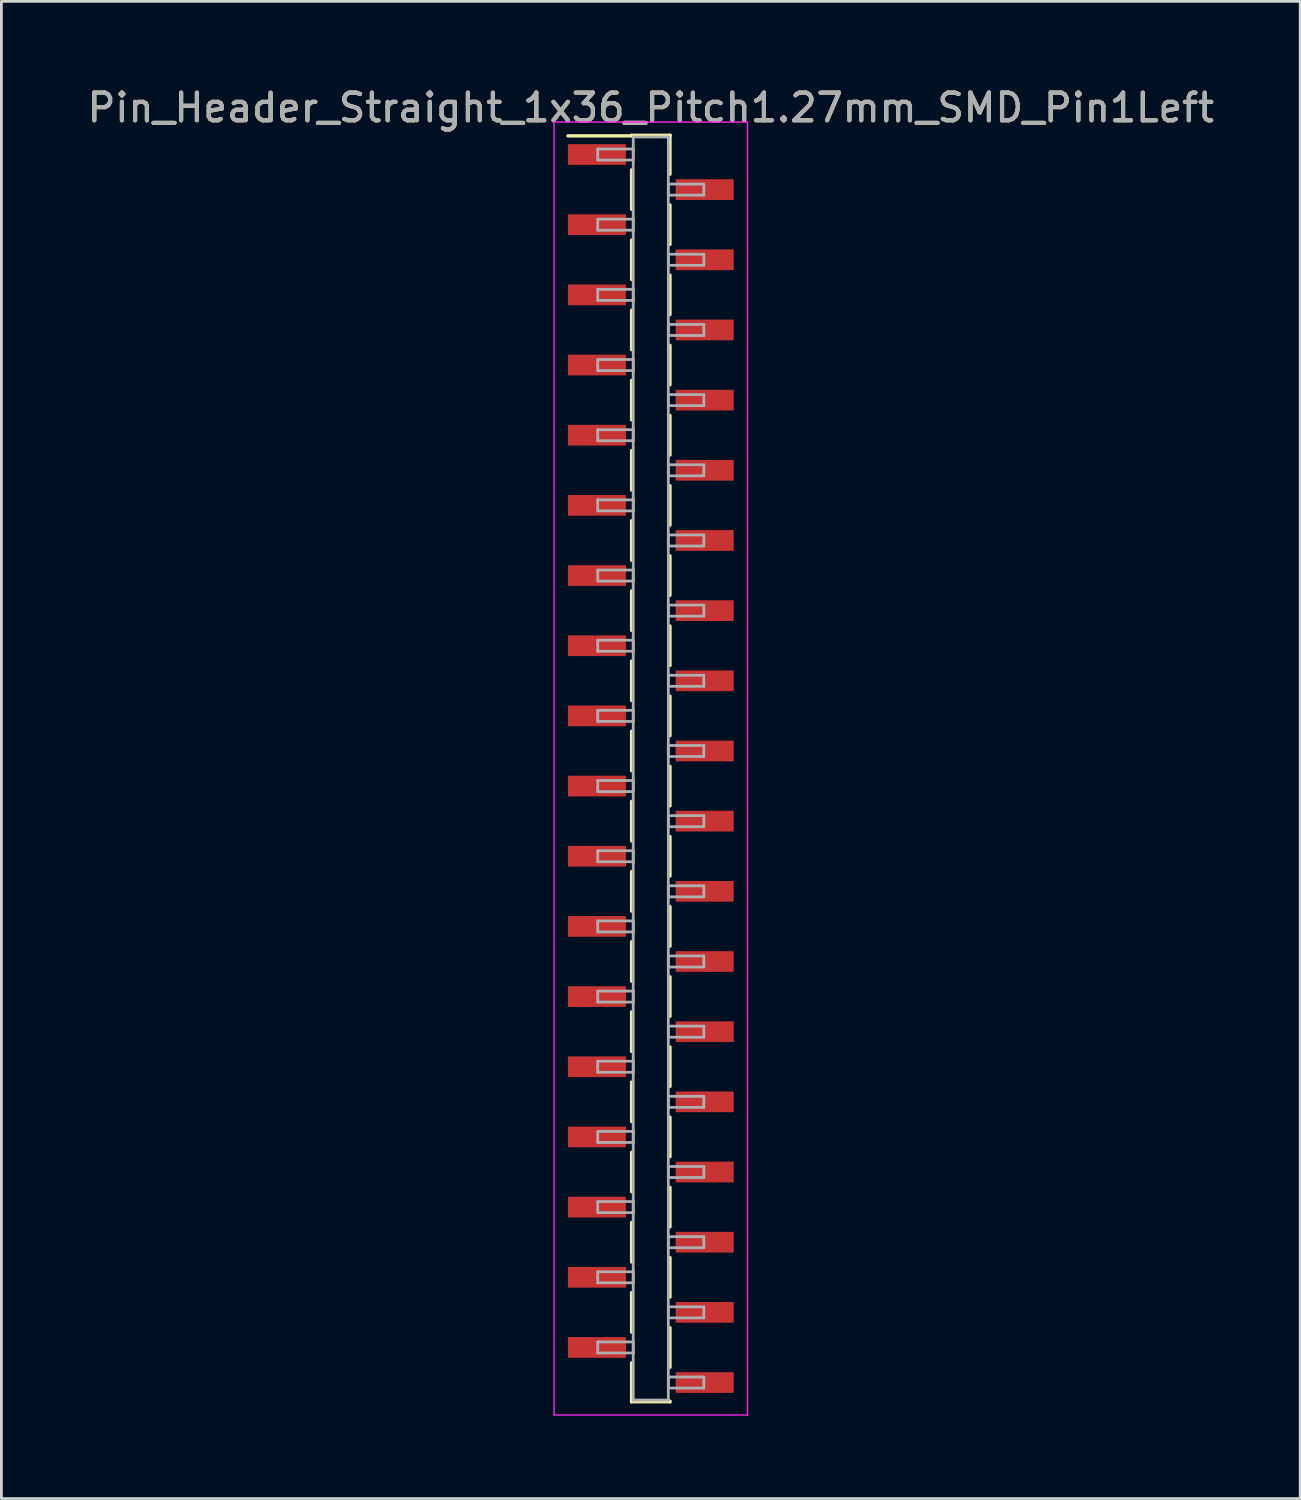
<source format=kicad_pcb>
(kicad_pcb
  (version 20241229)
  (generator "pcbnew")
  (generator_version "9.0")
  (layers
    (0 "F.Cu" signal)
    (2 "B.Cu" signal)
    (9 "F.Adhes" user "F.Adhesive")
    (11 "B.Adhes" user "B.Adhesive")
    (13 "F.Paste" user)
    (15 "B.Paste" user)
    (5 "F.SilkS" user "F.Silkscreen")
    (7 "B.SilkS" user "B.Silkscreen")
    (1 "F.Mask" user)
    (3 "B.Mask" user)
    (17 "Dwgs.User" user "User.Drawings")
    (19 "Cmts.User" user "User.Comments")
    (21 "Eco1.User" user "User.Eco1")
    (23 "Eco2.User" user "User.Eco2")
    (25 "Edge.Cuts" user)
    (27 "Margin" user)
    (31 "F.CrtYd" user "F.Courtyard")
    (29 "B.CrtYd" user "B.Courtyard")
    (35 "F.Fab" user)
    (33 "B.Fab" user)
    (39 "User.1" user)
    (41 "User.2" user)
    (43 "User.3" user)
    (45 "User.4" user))
  (footprint "Pin_Header_Straight_1x36_Pitch1.27mm_SMD_Pin1Left"
    (layer "F.Cu")
    (at 20.506 24.768)
    (property "Reference" "Pin_Header_Straight_1x36_Pitch1.27mm_SMD_Pin1Left" (at 0 -23.92 0) (layer "F.SilkS") (effects (font (size 1 1) (thickness 0.15))))
    (attr smd)
    (fp_line (start -0.695 -22.92) (end 0.695 -22.92) (stroke (width 0.12) (type solid)) (layer "F.SilkS"))
    (fp_line (start -0.695 -22.9) (end -3 -22.9) (stroke (width 0.12) (type solid)) (layer "F.SilkS"))
    (fp_line (start -0.695 -22.9) (end -0.695 -22.92) (stroke (width 0.12) (type solid)) (layer "F.SilkS"))
    (fp_line (start -0.695 -21.67) (end -0.695 -20.24) (stroke (width 0.12) (type solid)) (layer "F.SilkS"))
    (fp_line (start -0.695 -19.13) (end -0.695 -17.7) (stroke (width 0.12) (type solid)) (layer "F.SilkS"))
    (fp_line (start -0.695 -16.59) (end -0.695 -15.16) (stroke (width 0.12) (type solid)) (layer "F.SilkS"))
    (fp_line (start -0.695 -14.05) (end -0.695 -12.62) (stroke (width 0.12) (type solid)) (layer "F.SilkS"))
    (fp_line (start -0.695 -11.51) (end -0.695 -10.08) (stroke (width 0.12) (type solid)) (layer "F.SilkS"))
    (fp_line (start -0.695 -8.97) (end -0.695 -7.54) (stroke (width 0.12) (type solid)) (layer "F.SilkS"))
    (fp_line (start -0.695 -6.43) (end -0.695 -5) (stroke (width 0.12) (type solid)) (layer "F.SilkS"))
    (fp_line (start -0.695 -3.89) (end -0.695 -2.46) (stroke (width 0.12) (type solid)) (layer "F.SilkS"))
    (fp_line (start -0.695 -1.35) (end -0.695 0.08) (stroke (width 0.12) (type solid)) (layer "F.SilkS"))
    (fp_line (start -0.695 1.19) (end -0.695 2.62) (stroke (width 0.12) (type solid)) (layer "F.SilkS"))
    (fp_line (start -0.695 3.73) (end -0.695 5.16) (stroke (width 0.12) (type solid)) (layer "F.SilkS"))
    (fp_line (start -0.695 6.27) (end -0.695 7.7) (stroke (width 0.12) (type solid)) (layer "F.SilkS"))
    (fp_line (start -0.695 8.81) (end -0.695 10.24) (stroke (width 0.12) (type solid)) (layer "F.SilkS"))
    (fp_line (start -0.695 11.35) (end -0.695 12.78) (stroke (width 0.12) (type solid)) (layer "F.SilkS"))
    (fp_line (start -0.695 13.89) (end -0.695 15.32) (stroke (width 0.12) (type solid)) (layer "F.SilkS"))
    (fp_line (start -0.695 16.43) (end -0.695 17.86) (stroke (width 0.12) (type solid)) (layer "F.SilkS"))
    (fp_line (start -0.695 18.97) (end -0.695 20.4) (stroke (width 0.12) (type solid)) (layer "F.SilkS"))
    (fp_line (start -0.695 21.51) (end -0.695 22.92) (stroke (width 0.12) (type solid)) (layer "F.SilkS"))
    (fp_line (start -0.695 22.9) (end -0.695 22.92) (stroke (width 0.12) (type solid)) (layer "F.SilkS"))
    (fp_line (start -0.695 22.92) (end 0.695 22.92) (stroke (width 0.12) (type solid)) (layer "F.SilkS"))
    (fp_line (start 0.695 -22.92) (end 0.695 -22.9) (stroke (width 0.12) (type solid)) (layer "F.SilkS"))
    (fp_line (start 0.695 -22.92) (end 0.695 -21.51) (stroke (width 0.12) (type solid)) (layer "F.SilkS"))
    (fp_line (start 0.695 -20.4) (end 0.695 -18.97) (stroke (width 0.12) (type solid)) (layer "F.SilkS"))
    (fp_line (start 0.695 -17.86) (end 0.695 -16.43) (stroke (width 0.12) (type solid)) (layer "F.SilkS"))
    (fp_line (start 0.695 -15.32) (end 0.695 -13.89) (stroke (width 0.12) (type solid)) (layer "F.SilkS"))
    (fp_line (start 0.695 -12.78) (end 0.695 -11.35) (stroke (width 0.12) (type solid)) (layer "F.SilkS"))
    (fp_line (start 0.695 -10.24) (end 0.695 -8.81) (stroke (width 0.12) (type solid)) (layer "F.SilkS"))
    (fp_line (start 0.695 -7.7) (end 0.695 -6.27) (stroke (width 0.12) (type solid)) (layer "F.SilkS"))
    (fp_line (start 0.695 -5.16) (end 0.695 -3.73) (stroke (width 0.12) (type solid)) (layer "F.SilkS"))
    (fp_line (start 0.695 -2.62) (end 0.695 -1.19) (stroke (width 0.12) (type solid)) (layer "F.SilkS"))
    (fp_line (start 0.695 -0.08) (end 0.695 1.35) (stroke (width 0.12) (type solid)) (layer "F.SilkS"))
    (fp_line (start 0.695 2.46) (end 0.695 3.89) (stroke (width 0.12) (type solid)) (layer "F.SilkS"))
    (fp_line (start 0.695 5) (end 0.695 6.43) (stroke (width 0.12) (type solid)) (layer "F.SilkS"))
    (fp_line (start 0.695 7.54) (end 0.695 8.97) (stroke (width 0.12) (type solid)) (layer "F.SilkS"))
    (fp_line (start 0.695 10.08) (end 0.695 11.51) (stroke (width 0.12) (type solid)) (layer "F.SilkS"))
    (fp_line (start 0.695 12.62) (end 0.695 14.05) (stroke (width 0.12) (type solid)) (layer "F.SilkS"))
    (fp_line (start 0.695 15.16) (end 0.695 16.59) (stroke (width 0.12) (type solid)) (layer "F.SilkS"))
    (fp_line (start 0.695 17.7) (end 0.695 19.13) (stroke (width 0.12) (type solid)) (layer "F.SilkS"))
    (fp_line (start 0.695 20.24) (end 0.695 21.67) (stroke (width 0.12) (type solid)) (layer "F.SilkS"))
    (fp_line (start 0.695 22.92) (end 0.695 22.9) (stroke (width 0.12) (type solid)) (layer "F.SilkS"))
    (fp_line (start -3.5 -23.4) (end -3.5 23.4) (stroke (width 0.05) (type solid)) (layer "F.CrtYd"))
    (fp_line (start -3.5 23.4) (end 3.5 23.4) (stroke (width 0.05) (type solid)) (layer "F.CrtYd"))
    (fp_line (start 3.5 -23.4) (end -3.5 -23.4) (stroke (width 0.05) (type solid)) (layer "F.CrtYd"))
    (fp_line (start 3.5 23.4) (end 3.5 -23.4) (stroke (width 0.05) (type solid)) (layer "F.CrtYd"))
    (fp_line (start -1.92 -22.425) (end -0.635 -22.425) (stroke (width 0.1) (type solid)) (layer "F.Fab"))
    (fp_line (start -1.92 -22.025) (end -1.92 -22.425) (stroke (width 0.1) (type solid)) (layer "F.Fab"))
    (fp_line (start -1.92 -19.885) (end -0.635 -19.885) (stroke (width 0.1) (type solid)) (layer "F.Fab"))
    (fp_line (start -1.92 -19.485) (end -1.92 -19.885) (stroke (width 0.1) (type solid)) (layer "F.Fab"))
    (fp_line (start -1.92 -17.345) (end -0.635 -17.345) (stroke (width 0.1) (type solid)) (layer "F.Fab"))
    (fp_line (start -1.92 -16.945) (end -1.92 -17.345) (stroke (width 0.1) (type solid)) (layer "F.Fab"))
    (fp_line (start -1.92 -14.805) (end -0.635 -14.805) (stroke (width 0.1) (type solid)) (layer "F.Fab"))
    (fp_line (start -1.92 -14.405) (end -1.92 -14.805) (stroke (width 0.1) (type solid)) (layer "F.Fab"))
    (fp_line (start -1.92 -12.265) (end -0.635 -12.265) (stroke (width 0.1) (type solid)) (layer "F.Fab"))
    (fp_line (start -1.92 -11.865) (end -1.92 -12.265) (stroke (width 0.1) (type solid)) (layer "F.Fab"))
    (fp_line (start -1.92 -9.725) (end -0.635 -9.725) (stroke (width 0.1) (type solid)) (layer "F.Fab"))
    (fp_line (start -1.92 -9.325) (end -1.92 -9.725) (stroke (width 0.1) (type solid)) (layer "F.Fab"))
    (fp_line (start -1.92 -7.185) (end -0.635 -7.185) (stroke (width 0.1) (type solid)) (layer "F.Fab"))
    (fp_line (start -1.92 -6.785) (end -1.92 -7.185) (stroke (width 0.1) (type solid)) (layer "F.Fab"))
    (fp_line (start -1.92 -4.645) (end -0.635 -4.645) (stroke (width 0.1) (type solid)) (layer "F.Fab"))
    (fp_line (start -1.92 -4.245) (end -1.92 -4.645) (stroke (width 0.1) (type solid)) (layer "F.Fab"))
    (fp_line (start -1.92 -2.105) (end -0.635 -2.105) (stroke (width 0.1) (type solid)) (layer "F.Fab"))
    (fp_line (start -1.92 -1.705) (end -1.92 -2.105) (stroke (width 0.1) (type solid)) (layer "F.Fab"))
    (fp_line (start -1.92 0.435) (end -0.635 0.435) (stroke (width 0.1) (type solid)) (layer "F.Fab"))
    (fp_line (start -1.92 0.835) (end -1.92 0.435) (stroke (width 0.1) (type solid)) (layer "F.Fab"))
    (fp_line (start -1.92 2.975) (end -0.635 2.975) (stroke (width 0.1) (type solid)) (layer "F.Fab"))
    (fp_line (start -1.92 3.375) (end -1.92 2.975) (stroke (width 0.1) (type solid)) (layer "F.Fab"))
    (fp_line (start -1.92 5.515) (end -0.635 5.515) (stroke (width 0.1) (type solid)) (layer "F.Fab"))
    (fp_line (start -1.92 5.915) (end -1.92 5.515) (stroke (width 0.1) (type solid)) (layer "F.Fab"))
    (fp_line (start -1.92 8.055) (end -0.635 8.055) (stroke (width 0.1) (type solid)) (layer "F.Fab"))
    (fp_line (start -1.92 8.455) (end -1.92 8.055) (stroke (width 0.1) (type solid)) (layer "F.Fab"))
    (fp_line (start -1.92 10.595) (end -0.635 10.595) (stroke (width 0.1) (type solid)) (layer "F.Fab"))
    (fp_line (start -1.92 10.995) (end -1.92 10.595) (stroke (width 0.1) (type solid)) (layer "F.Fab"))
    (fp_line (start -1.92 13.135) (end -0.635 13.135) (stroke (width 0.1) (type solid)) (layer "F.Fab"))
    (fp_line (start -1.92 13.535) (end -1.92 13.135) (stroke (width 0.1) (type solid)) (layer "F.Fab"))
    (fp_line (start -1.92 15.675) (end -0.635 15.675) (stroke (width 0.1) (type solid)) (layer "F.Fab"))
    (fp_line (start -1.92 16.075) (end -1.92 15.675) (stroke (width 0.1) (type solid)) (layer "F.Fab"))
    (fp_line (start -1.92 18.215) (end -0.635 18.215) (stroke (width 0.1) (type solid)) (layer "F.Fab"))
    (fp_line (start -1.92 18.615) (end -1.92 18.215) (stroke (width 0.1) (type solid)) (layer "F.Fab"))
    (fp_line (start -1.92 20.755) (end -0.635 20.755) (stroke (width 0.1) (type solid)) (layer "F.Fab"))
    (fp_line (start -1.92 21.155) (end -1.92 20.755) (stroke (width 0.1) (type solid)) (layer "F.Fab"))
    (fp_line (start -0.635 -22.86) (end -0.635 22.86) (stroke (width 0.1) (type solid)) (layer "F.Fab"))
    (fp_line (start -0.635 -22.425) (end -0.635 -22.025) (stroke (width 0.1) (type solid)) (layer "F.Fab"))
    (fp_line (start -0.635 -22.025) (end -1.92 -22.025) (stroke (width 0.1) (type solid)) (layer "F.Fab"))
    (fp_line (start -0.635 -19.885) (end -0.635 -19.485) (stroke (width 0.1) (type solid)) (layer "F.Fab"))
    (fp_line (start -0.635 -19.485) (end -1.92 -19.485) (stroke (width 0.1) (type solid)) (layer "F.Fab"))
    (fp_line (start -0.635 -17.345) (end -0.635 -16.945) (stroke (width 0.1) (type solid)) (layer "F.Fab"))
    (fp_line (start -0.635 -16.945) (end -1.92 -16.945) (stroke (width 0.1) (type solid)) (layer "F.Fab"))
    (fp_line (start -0.635 -14.805) (end -0.635 -14.405) (stroke (width 0.1) (type solid)) (layer "F.Fab"))
    (fp_line (start -0.635 -14.405) (end -1.92 -14.405) (stroke (width 0.1) (type solid)) (layer "F.Fab"))
    (fp_line (start -0.635 -12.265) (end -0.635 -11.865) (stroke (width 0.1) (type solid)) (layer "F.Fab"))
    (fp_line (start -0.635 -11.865) (end -1.92 -11.865) (stroke (width 0.1) (type solid)) (layer "F.Fab"))
    (fp_line (start -0.635 -9.725) (end -0.635 -9.325) (stroke (width 0.1) (type solid)) (layer "F.Fab"))
    (fp_line (start -0.635 -9.325) (end -1.92 -9.325) (stroke (width 0.1) (type solid)) (layer "F.Fab"))
    (fp_line (start -0.635 -7.185) (end -0.635 -6.785) (stroke (width 0.1) (type solid)) (layer "F.Fab"))
    (fp_line (start -0.635 -6.785) (end -1.92 -6.785) (stroke (width 0.1) (type solid)) (layer "F.Fab"))
    (fp_line (start -0.635 -4.645) (end -0.635 -4.245) (stroke (width 0.1) (type solid)) (layer "F.Fab"))
    (fp_line (start -0.635 -4.245) (end -1.92 -4.245) (stroke (width 0.1) (type solid)) (layer "F.Fab"))
    (fp_line (start -0.635 -2.105) (end -0.635 -1.705) (stroke (width 0.1) (type solid)) (layer "F.Fab"))
    (fp_line (start -0.635 -1.705) (end -1.92 -1.705) (stroke (width 0.1) (type solid)) (layer "F.Fab"))
    (fp_line (start -0.635 0.435) (end -0.635 0.835) (stroke (width 0.1) (type solid)) (layer "F.Fab"))
    (fp_line (start -0.635 0.835) (end -1.92 0.835) (stroke (width 0.1) (type solid)) (layer "F.Fab"))
    (fp_line (start -0.635 2.975) (end -0.635 3.375) (stroke (width 0.1) (type solid)) (layer "F.Fab"))
    (fp_line (start -0.635 3.375) (end -1.92 3.375) (stroke (width 0.1) (type solid)) (layer "F.Fab"))
    (fp_line (start -0.635 5.515) (end -0.635 5.915) (stroke (width 0.1) (type solid)) (layer "F.Fab"))
    (fp_line (start -0.635 5.915) (end -1.92 5.915) (stroke (width 0.1) (type solid)) (layer "F.Fab"))
    (fp_line (start -0.635 8.055) (end -0.635 8.455) (stroke (width 0.1) (type solid)) (layer "F.Fab"))
    (fp_line (start -0.635 8.455) (end -1.92 8.455) (stroke (width 0.1) (type solid)) (layer "F.Fab"))
    (fp_line (start -0.635 10.595) (end -0.635 10.995) (stroke (width 0.1) (type solid)) (layer "F.Fab"))
    (fp_line (start -0.635 10.995) (end -1.92 10.995) (stroke (width 0.1) (type solid)) (layer "F.Fab"))
    (fp_line (start -0.635 13.135) (end -0.635 13.535) (stroke (width 0.1) (type solid)) (layer "F.Fab"))
    (fp_line (start -0.635 13.535) (end -1.92 13.535) (stroke (width 0.1) (type solid)) (layer "F.Fab"))
    (fp_line (start -0.635 15.675) (end -0.635 16.075) (stroke (width 0.1) (type solid)) (layer "F.Fab"))
    (fp_line (start -0.635 16.075) (end -1.92 16.075) (stroke (width 0.1) (type solid)) (layer "F.Fab"))
    (fp_line (start -0.635 18.215) (end -0.635 18.615) (stroke (width 0.1) (type solid)) (layer "F.Fab"))
    (fp_line (start -0.635 18.615) (end -1.92 18.615) (stroke (width 0.1) (type solid)) (layer "F.Fab"))
    (fp_line (start -0.635 20.755) (end -0.635 21.155) (stroke (width 0.1) (type solid)) (layer "F.Fab"))
    (fp_line (start -0.635 21.155) (end -1.92 21.155) (stroke (width 0.1) (type solid)) (layer "F.Fab"))
    (fp_line (start -0.635 22.86) (end 0.635 22.86) (stroke (width 0.1) (type solid)) (layer "F.Fab"))
    (fp_line (start 0.635 -22.86) (end -0.635 -22.86) (stroke (width 0.1) (type solid)) (layer "F.Fab"))
    (fp_line (start 0.635 -21.155) (end 0.635 -20.755) (stroke (width 0.1) (type solid)) (layer "F.Fab"))
    (fp_line (start 0.635 -20.755) (end 1.92 -20.755) (stroke (width 0.1) (type solid)) (layer "F.Fab"))
    (fp_line (start 0.635 -18.615) (end 0.635 -18.215) (stroke (width 0.1) (type solid)) (layer "F.Fab"))
    (fp_line (start 0.635 -18.215) (end 1.92 -18.215) (stroke (width 0.1) (type solid)) (layer "F.Fab"))
    (fp_line (start 0.635 -16.075) (end 0.635 -15.675) (stroke (width 0.1) (type solid)) (layer "F.Fab"))
    (fp_line (start 0.635 -15.675) (end 1.92 -15.675) (stroke (width 0.1) (type solid)) (layer "F.Fab"))
    (fp_line (start 0.635 -13.535) (end 0.635 -13.135) (stroke (width 0.1) (type solid)) (layer "F.Fab"))
    (fp_line (start 0.635 -13.135) (end 1.92 -13.135) (stroke (width 0.1) (type solid)) (layer "F.Fab"))
    (fp_line (start 0.635 -10.995) (end 0.635 -10.595) (stroke (width 0.1) (type solid)) (layer "F.Fab"))
    (fp_line (start 0.635 -10.595) (end 1.92 -10.595) (stroke (width 0.1) (type solid)) (layer "F.Fab"))
    (fp_line (start 0.635 -8.455) (end 0.635 -8.055) (stroke (width 0.1) (type solid)) (layer "F.Fab"))
    (fp_line (start 0.635 -8.055) (end 1.92 -8.055) (stroke (width 0.1) (type solid)) (layer "F.Fab"))
    (fp_line (start 0.635 -5.915) (end 0.635 -5.515) (stroke (width 0.1) (type solid)) (layer "F.Fab"))
    (fp_line (start 0.635 -5.515) (end 1.92 -5.515) (stroke (width 0.1) (type solid)) (layer "F.Fab"))
    (fp_line (start 0.635 -3.375) (end 0.635 -2.975) (stroke (width 0.1) (type solid)) (layer "F.Fab"))
    (fp_line (start 0.635 -2.975) (end 1.92 -2.975) (stroke (width 0.1) (type solid)) (layer "F.Fab"))
    (fp_line (start 0.635 -0.835) (end 0.635 -0.435) (stroke (width 0.1) (type solid)) (layer "F.Fab"))
    (fp_line (start 0.635 -0.435) (end 1.92 -0.435) (stroke (width 0.1) (type solid)) (layer "F.Fab"))
    (fp_line (start 0.635 1.705) (end 0.635 2.105) (stroke (width 0.1) (type solid)) (layer "F.Fab"))
    (fp_line (start 0.635 2.105) (end 1.92 2.105) (stroke (width 0.1) (type solid)) (layer "F.Fab"))
    (fp_line (start 0.635 4.245) (end 0.635 4.645) (stroke (width 0.1) (type solid)) (layer "F.Fab"))
    (fp_line (start 0.635 4.645) (end 1.92 4.645) (stroke (width 0.1) (type solid)) (layer "F.Fab"))
    (fp_line (start 0.635 6.785) (end 0.635 7.185) (stroke (width 0.1) (type solid)) (layer "F.Fab"))
    (fp_line (start 0.635 7.185) (end 1.92 7.185) (stroke (width 0.1) (type solid)) (layer "F.Fab"))
    (fp_line (start 0.635 9.325) (end 0.635 9.725) (stroke (width 0.1) (type solid)) (layer "F.Fab"))
    (fp_line (start 0.635 9.725) (end 1.92 9.725) (stroke (width 0.1) (type solid)) (layer "F.Fab"))
    (fp_line (start 0.635 11.865) (end 0.635 12.265) (stroke (width 0.1) (type solid)) (layer "F.Fab"))
    (fp_line (start 0.635 12.265) (end 1.92 12.265) (stroke (width 0.1) (type solid)) (layer "F.Fab"))
    (fp_line (start 0.635 14.405) (end 0.635 14.805) (stroke (width 0.1) (type solid)) (layer "F.Fab"))
    (fp_line (start 0.635 14.805) (end 1.92 14.805) (stroke (width 0.1) (type solid)) (layer "F.Fab"))
    (fp_line (start 0.635 16.945) (end 0.635 17.345) (stroke (width 0.1) (type solid)) (layer "F.Fab"))
    (fp_line (start 0.635 17.345) (end 1.92 17.345) (stroke (width 0.1) (type solid)) (layer "F.Fab"))
    (fp_line (start 0.635 19.485) (end 0.635 19.885) (stroke (width 0.1) (type solid)) (layer "F.Fab"))
    (fp_line (start 0.635 19.885) (end 1.92 19.885) (stroke (width 0.1) (type solid)) (layer "F.Fab"))
    (fp_line (start 0.635 22.025) (end 0.635 22.425) (stroke (width 0.1) (type solid)) (layer "F.Fab"))
    (fp_line (start 0.635 22.425) (end 1.92 22.425) (stroke (width 0.1) (type solid)) (layer "F.Fab"))
    (fp_line (start 0.635 22.86) (end 0.635 -22.86) (stroke (width 0.1) (type solid)) (layer "F.Fab"))
    (fp_line (start 1.92 -21.155) (end 0.635 -21.155) (stroke (width 0.1) (type solid)) (layer "F.Fab"))
    (fp_line (start 1.92 -20.755) (end 1.92 -21.155) (stroke (width 0.1) (type solid)) (layer "F.Fab"))
    (fp_line (start 1.92 -18.615) (end 0.635 -18.615) (stroke (width 0.1) (type solid)) (layer "F.Fab"))
    (fp_line (start 1.92 -18.215) (end 1.92 -18.615) (stroke (width 0.1) (type solid)) (layer "F.Fab"))
    (fp_line (start 1.92 -16.075) (end 0.635 -16.075) (stroke (width 0.1) (type solid)) (layer "F.Fab"))
    (fp_line (start 1.92 -15.675) (end 1.92 -16.075) (stroke (width 0.1) (type solid)) (layer "F.Fab"))
    (fp_line (start 1.92 -13.535) (end 0.635 -13.535) (stroke (width 0.1) (type solid)) (layer "F.Fab"))
    (fp_line (start 1.92 -13.135) (end 1.92 -13.535) (stroke (width 0.1) (type solid)) (layer "F.Fab"))
    (fp_line (start 1.92 -10.995) (end 0.635 -10.995) (stroke (width 0.1) (type solid)) (layer "F.Fab"))
    (fp_line (start 1.92 -10.595) (end 1.92 -10.995) (stroke (width 0.1) (type solid)) (layer "F.Fab"))
    (fp_line (start 1.92 -8.455) (end 0.635 -8.455) (stroke (width 0.1) (type solid)) (layer "F.Fab"))
    (fp_line (start 1.92 -8.055) (end 1.92 -8.455) (stroke (width 0.1) (type solid)) (layer "F.Fab"))
    (fp_line (start 1.92 -5.915) (end 0.635 -5.915) (stroke (width 0.1) (type solid)) (layer "F.Fab"))
    (fp_line (start 1.92 -5.515) (end 1.92 -5.915) (stroke (width 0.1) (type solid)) (layer "F.Fab"))
    (fp_line (start 1.92 -3.375) (end 0.635 -3.375) (stroke (width 0.1) (type solid)) (layer "F.Fab"))
    (fp_line (start 1.92 -2.975) (end 1.92 -3.375) (stroke (width 0.1) (type solid)) (layer "F.Fab"))
    (fp_line (start 1.92 -0.835) (end 0.635 -0.835) (stroke (width 0.1) (type solid)) (layer "F.Fab"))
    (fp_line (start 1.92 -0.435) (end 1.92 -0.835) (stroke (width 0.1) (type solid)) (layer "F.Fab"))
    (fp_line (start 1.92 1.705) (end 0.635 1.705) (stroke (width 0.1) (type solid)) (layer "F.Fab"))
    (fp_line (start 1.92 2.105) (end 1.92 1.705) (stroke (width 0.1) (type solid)) (layer "F.Fab"))
    (fp_line (start 1.92 4.245) (end 0.635 4.245) (stroke (width 0.1) (type solid)) (layer "F.Fab"))
    (fp_line (start 1.92 4.645) (end 1.92 4.245) (stroke (width 0.1) (type solid)) (layer "F.Fab"))
    (fp_line (start 1.92 6.785) (end 0.635 6.785) (stroke (width 0.1) (type solid)) (layer "F.Fab"))
    (fp_line (start 1.92 7.185) (end 1.92 6.785) (stroke (width 0.1) (type solid)) (layer "F.Fab"))
    (fp_line (start 1.92 9.325) (end 0.635 9.325) (stroke (width 0.1) (type solid)) (layer "F.Fab"))
    (fp_line (start 1.92 9.725) (end 1.92 9.325) (stroke (width 0.1) (type solid)) (layer "F.Fab"))
    (fp_line (start 1.92 11.865) (end 0.635 11.865) (stroke (width 0.1) (type solid)) (layer "F.Fab"))
    (fp_line (start 1.92 12.265) (end 1.92 11.865) (stroke (width 0.1) (type solid)) (layer "F.Fab"))
    (fp_line (start 1.92 14.405) (end 0.635 14.405) (stroke (width 0.1) (type solid)) (layer "F.Fab"))
    (fp_line (start 1.92 14.805) (end 1.92 14.405) (stroke (width 0.1) (type solid)) (layer "F.Fab"))
    (fp_line (start 1.92 16.945) (end 0.635 16.945) (stroke (width 0.1) (type solid)) (layer "F.Fab"))
    (fp_line (start 1.92 17.345) (end 1.92 16.945) (stroke (width 0.1) (type solid)) (layer "F.Fab"))
    (fp_line (start 1.92 19.485) (end 0.635 19.485) (stroke (width 0.1) (type solid)) (layer "F.Fab"))
    (fp_line (start 1.92 19.885) (end 1.92 19.485) (stroke (width 0.1) (type solid)) (layer "F.Fab"))
    (fp_line (start 1.92 22.025) (end 0.635 22.025) (stroke (width 0.1) (type solid)) (layer "F.Fab"))
    (fp_line (start 1.92 22.425) (end 1.92 22.025) (stroke (width 0.1) (type solid)) (layer "F.Fab"))
    (fp_text user "${REFERENCE}" (at 0 -23.92 0) (layer "F.Fab") (effects (font (size 1 1) (thickness 0.15))))
    (pad "1" smd rect (at -1.95 -22.225) (size 2.1 0.75) (layers "F.Cu" "F.Mask" "F.Paste"))
    (pad "2" smd rect (at 1.95 -20.955) (size 2.1 0.75) (layers "F.Cu" "F.Mask" "F.Paste"))
    (pad "3" smd rect (at -1.95 -19.685) (size 2.1 0.75) (layers "F.Cu" "F.Mask" "F.Paste"))
    (pad "4" smd rect (at 1.95 -18.415) (size 2.1 0.75) (layers "F.Cu" "F.Mask" "F.Paste"))
    (pad "5" smd rect (at -1.95 -17.145) (size 2.1 0.75) (layers "F.Cu" "F.Mask" "F.Paste"))
    (pad "6" smd rect (at 1.95 -15.875) (size 2.1 0.75) (layers "F.Cu" "F.Mask" "F.Paste"))
    (pad "7" smd rect (at -1.95 -14.605) (size 2.1 0.75) (layers "F.Cu" "F.Mask" "F.Paste"))
    (pad "8" smd rect (at 1.95 -13.335) (size 2.1 0.75) (layers "F.Cu" "F.Mask" "F.Paste"))
    (pad "9" smd rect (at -1.95 -12.065) (size 2.1 0.75) (layers "F.Cu" "F.Mask" "F.Paste"))
    (pad "10" smd rect (at 1.95 -10.795) (size 2.1 0.75) (layers "F.Cu" "F.Mask" "F.Paste"))
    (pad "11" smd rect (at -1.95 -9.525) (size 2.1 0.75) (layers "F.Cu" "F.Mask" "F.Paste"))
    (pad "12" smd rect (at 1.95 -8.255) (size 2.1 0.75) (layers "F.Cu" "F.Mask" "F.Paste"))
    (pad "13" smd rect (at -1.95 -6.985) (size 2.1 0.75) (layers "F.Cu" "F.Mask" "F.Paste"))
    (pad "14" smd rect (at 1.95 -5.715) (size 2.1 0.75) (layers "F.Cu" "F.Mask" "F.Paste"))
    (pad "15" smd rect (at -1.95 -4.445) (size 2.1 0.75) (layers "F.Cu" "F.Mask" "F.Paste"))
    (pad "16" smd rect (at 1.95 -3.175) (size 2.1 0.75) (layers "F.Cu" "F.Mask" "F.Paste"))
    (pad "17" smd rect (at -1.95 -1.905) (size 2.1 0.75) (layers "F.Cu" "F.Mask" "F.Paste"))
    (pad "18" smd rect (at 1.95 -0.635) (size 2.1 0.75) (layers "F.Cu" "F.Mask" "F.Paste"))
    (pad "19" smd rect (at -1.95 0.635) (size 2.1 0.75) (layers "F.Cu" "F.Mask" "F.Paste"))
    (pad "20" smd rect (at 1.95 1.905) (size 2.1 0.75) (layers "F.Cu" "F.Mask" "F.Paste"))
    (pad "21" smd rect (at -1.95 3.175) (size 2.1 0.75) (layers "F.Cu" "F.Mask" "F.Paste"))
    (pad "22" smd rect (at 1.95 4.445) (size 2.1 0.75) (layers "F.Cu" "F.Mask" "F.Paste"))
    (pad "23" smd rect (at -1.95 5.715) (size 2.1 0.75) (layers "F.Cu" "F.Mask" "F.Paste"))
    (pad "24" smd rect (at 1.95 6.985) (size 2.1 0.75) (layers "F.Cu" "F.Mask" "F.Paste"))
    (pad "25" smd rect (at -1.95 8.255) (size 2.1 0.75) (layers "F.Cu" "F.Mask" "F.Paste"))
    (pad "26" smd rect (at 1.95 9.525) (size 2.1 0.75) (layers "F.Cu" "F.Mask" "F.Paste"))
    (pad "27" smd rect (at -1.95 10.795) (size 2.1 0.75) (layers "F.Cu" "F.Mask" "F.Paste"))
    (pad "28" smd rect (at 1.95 12.065) (size 2.1 0.75) (layers "F.Cu" "F.Mask" "F.Paste"))
    (pad "29" smd rect (at -1.95 13.335) (size 2.1 0.75) (layers "F.Cu" "F.Mask" "F.Paste"))
    (pad "30" smd rect (at 1.95 14.605) (size 2.1 0.75) (layers "F.Cu" "F.Mask" "F.Paste"))
    (pad "31" smd rect (at -1.95 15.875) (size 2.1 0.75) (layers "F.Cu" "F.Mask" "F.Paste"))
    (pad "32" smd rect (at 1.95 17.145) (size 2.1 0.75) (layers "F.Cu" "F.Mask" "F.Paste"))
    (pad "33" smd rect (at -1.95 18.415) (size 2.1 0.75) (layers "F.Cu" "F.Mask" "F.Paste"))
    (pad "34" smd rect (at 1.95 19.685) (size 2.1 0.75) (layers "F.Cu" "F.Mask" "F.Paste"))
    (pad "35" smd rect (at -1.95 20.955) (size 2.1 0.75) (layers "F.Cu" "F.Mask" "F.Paste"))
    (pad "36" smd rect (at 1.95 22.225) (size 2.1 0.75) (layers "F.Cu" "F.Mask" "F.Paste")))
  (gr_rect
    (start -3 -3)
    (end 44.012 51.193)
    (stroke (width 0.1) (type default))
    (fill no)
    (layer "Edge.Cuts")))
</source>
